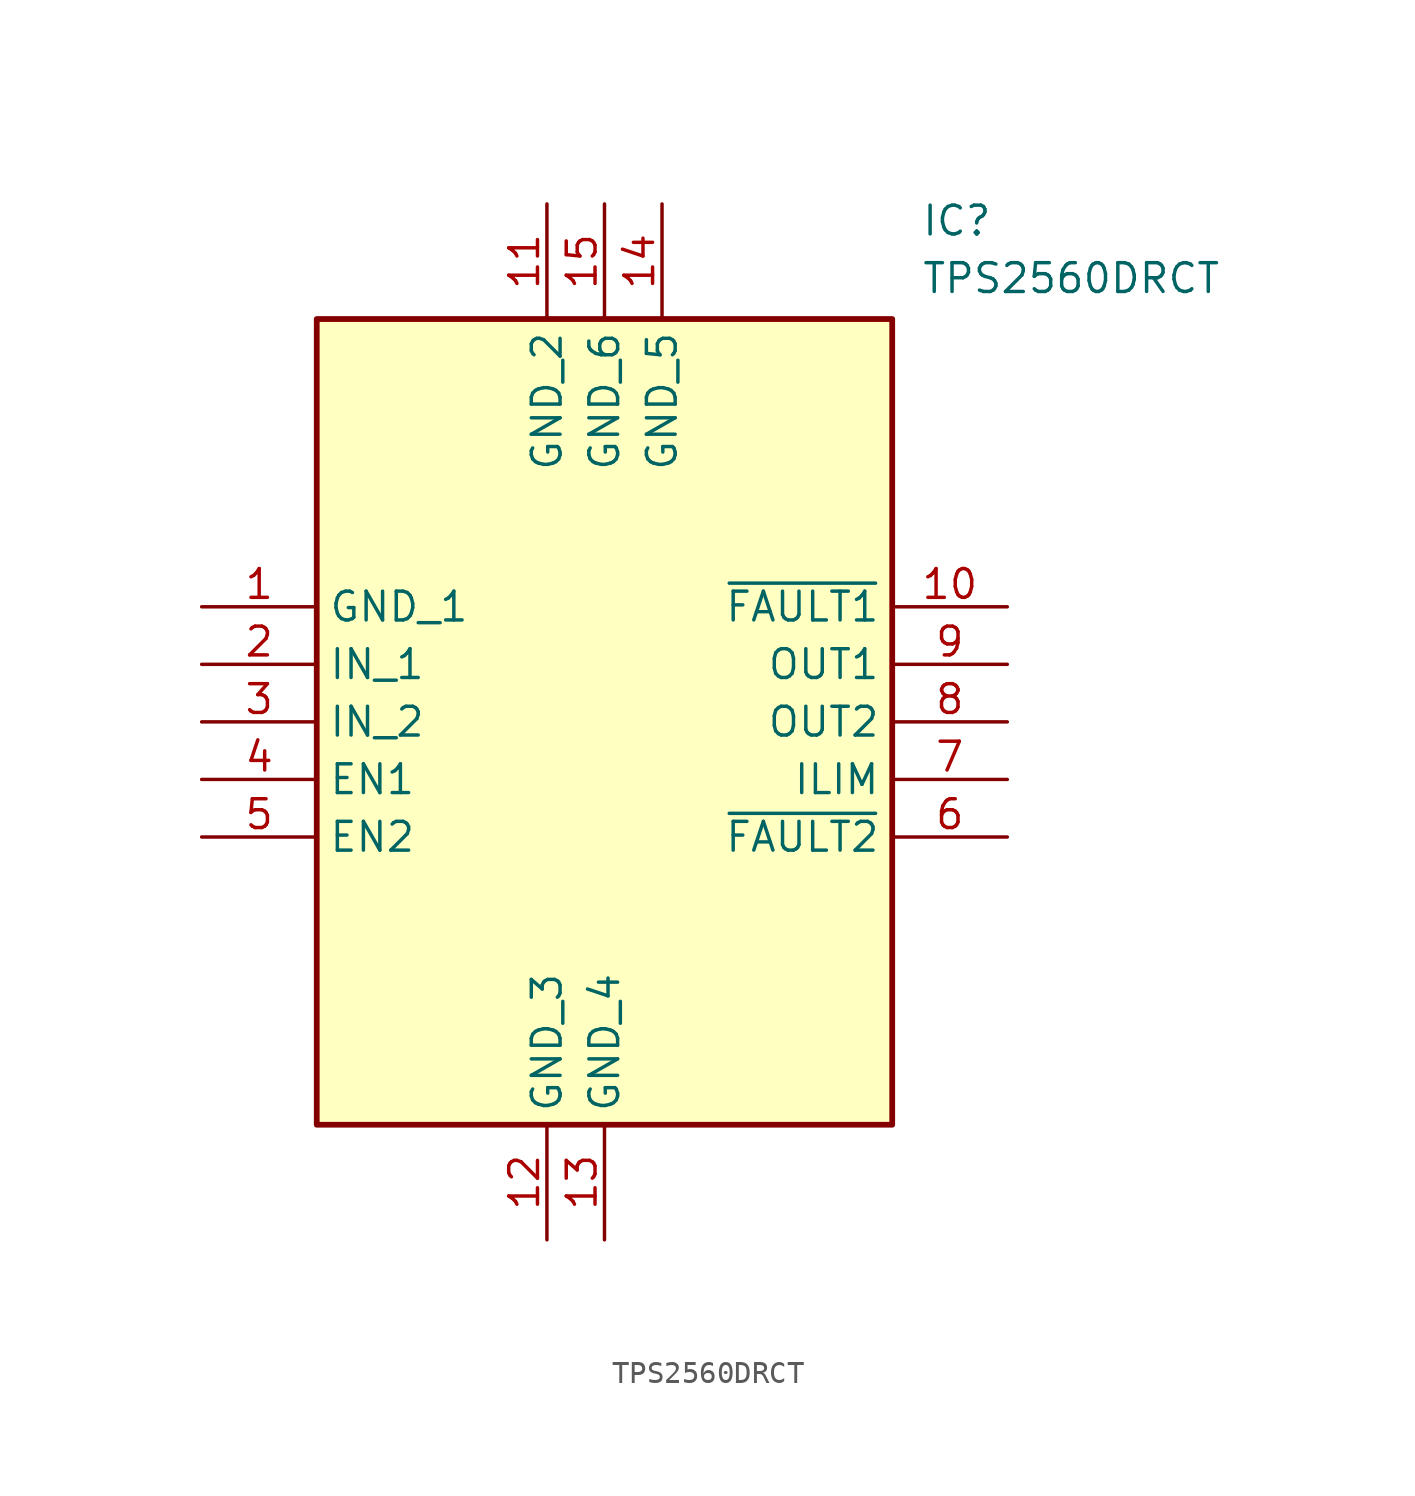
<source format=kicad_sym>
(kicad_symbol_lib
  (version 20211014)
  (generator SamacSys_ECAD_Model)
  (symbol "TPS2560DRCT"
    (property "Reference" "IC"
      (at 31.75 17.78 0)
      (effects (font (size 1.27 1.27)) (justify left top)))
    (property "Value" "TPS2560DRCT"
      (at 31.75 15.24 0)
      (effects (font (size 1.27 1.27)) (justify left top)))
    (rectangle
      (start 5.08 12.7)
      (end 30.48 -22.86)
      (stroke (width 0.254) (type default))
      (fill (type background)))
    (pin passive line
      (at 0 0 0)
      (length 5.08)
      (name "GND_1" (effects (font (size 1.27 1.27))))
      (number "1" (effects (font (size 1.27 1.27)))))
    (pin passive line
      (at 0 -2.54 0)
      (length 5.08)
      (name "IN_1" (effects (font (size 1.27 1.27))))
      (number "2" (effects (font (size 1.27 1.27)))))
    (pin passive line
      (at 0 -5.08 0)
      (length 5.08)
      (name "IN_2" (effects (font (size 1.27 1.27))))
      (number "3" (effects (font (size 1.27 1.27)))))
    (pin passive line
      (at 0 -7.62 0)
      (length 5.08)
      (name "EN1" (effects (font (size 1.27 1.27))))
      (number "4" (effects (font (size 1.27 1.27)))))
    (pin passive line
      (at 0 -10.16 0)
      (length 5.08)
      (name "EN2" (effects (font (size 1.27 1.27))))
      (number "5" (effects (font (size 1.27 1.27)))))
    (pin passive line
      (at 35.56 -10.16 180)
      (length 5.08)
      (name "~{FAULT2}" (effects (font (size 1.27 1.27))))
      (number "6" (effects (font (size 1.27 1.27)))))
    (pin passive line
      (at 35.56 -7.62 180)
      (length 5.08)
      (name "ILIM" (effects (font (size 1.27 1.27))))
      (number "7" (effects (font (size 1.27 1.27)))))
    (pin passive line
      (at 35.56 -5.08 180)
      (length 5.08)
      (name "OUT2" (effects (font (size 1.27 1.27))))
      (number "8" (effects (font (size 1.27 1.27)))))
    (pin passive line
      (at 35.56 -2.54 180)
      (length 5.08)
      (name "OUT1" (effects (font (size 1.27 1.27))))
      (number "9" (effects (font (size 1.27 1.27)))))
    (pin passive line
      (at 35.56 0 180)
      (length 5.08)
      (name "~{FAULT1}" (effects (font (size 1.27 1.27))))
      (number "10" (effects (font (size 1.27 1.27)))))
    (pin passive line
      (at 15.24 17.78 270)
      (length 5.08)
      (name "GND_2" (effects (font (size 1.27 1.27))))
      (number "11" (effects (font (size 1.27 1.27)))))
    (pin passive line
      (at 15.24 -27.94 90)
      (length 5.08)
      (name "GND_3" (effects (font (size 1.27 1.27))))
      (number "12" (effects (font (size 1.27 1.27)))))
    (pin passive line
      (at 17.78 -27.94 90)
      (length 5.08)
      (name "GND_4" (effects (font (size 1.27 1.27))))
      (number "13" (effects (font (size 1.27 1.27)))))
    (pin passive line
      (at 20.32 17.78 270)
      (length 5.08)
      (name "GND_5" (effects (font (size 1.27 1.27))))
      (number "14" (effects (font (size 1.27 1.27)))))
    (pin passive line
      (at 17.78 17.78 270)
      (length 5.08)
      (name "GND_6" (effects (font (size 1.27 1.27))))
      (number "15" (effects (font (size 1.27 1.27)))))))
</source>
